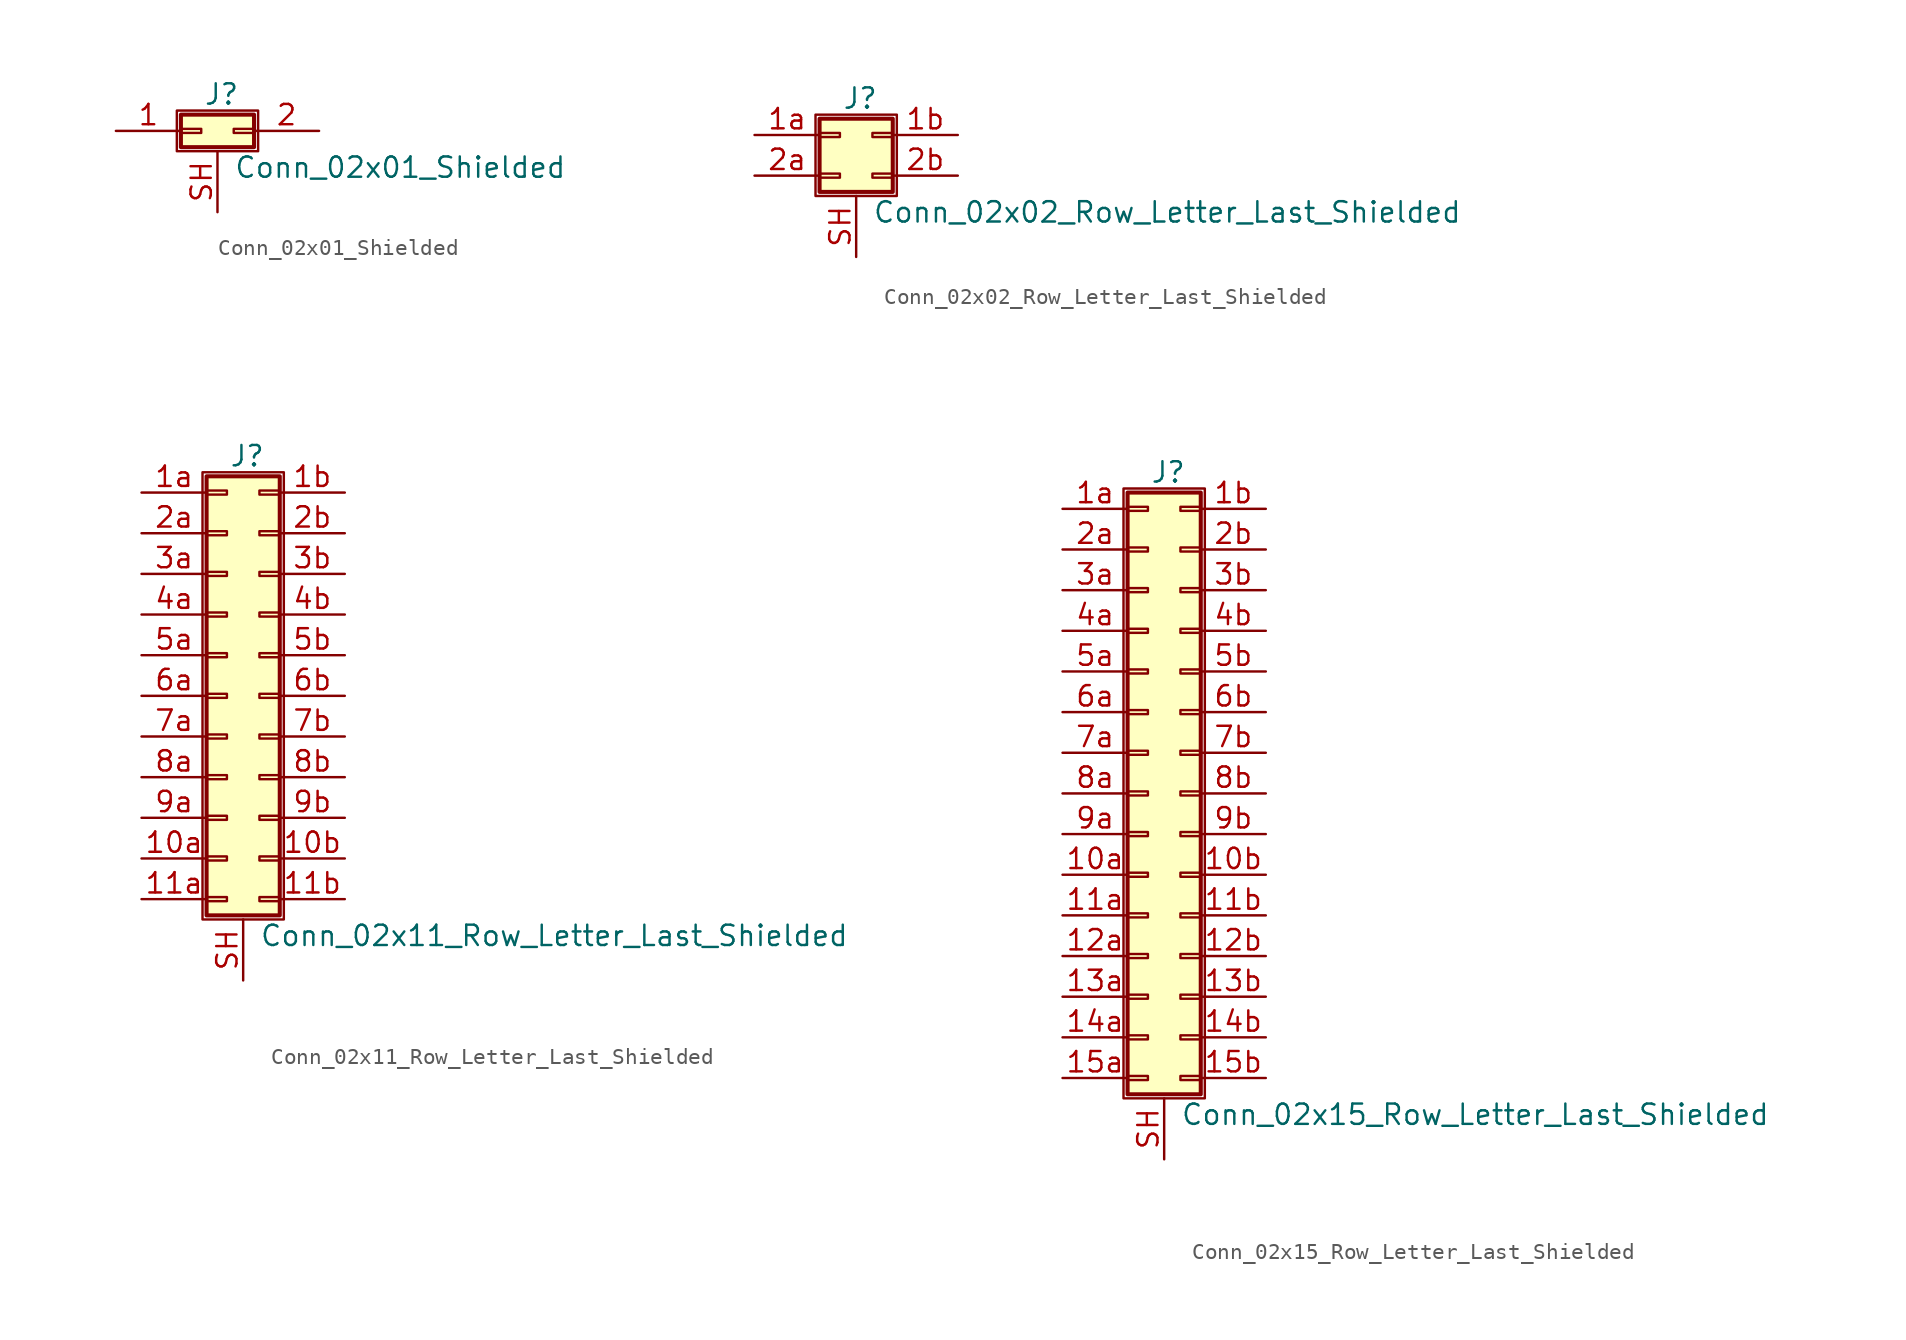
<source format=kicad_sym>
(kicad_symbol_lib
  (version 20220914)
  (generator kicad_symbol_editor)
  (symbol "Conn_02x01_Shielded"
    (pin_names
      (offset 1.016) hide)
    (property "Reference" "J"
      (at 1.524 2.286 0)
      (effects (font (size 1.27 1.27))))
    (property "Value" "Conn_02x01_Shielded"
      (at 2.286 -2.286 0)
      (effects (font (size 1.27 1.27)) (justify left)))
    (symbol "Conn_02x01_Shielded_1_1"
      (rectangle (start -1.27 1.27) (end 3.81 -1.27) (stroke (width 0.152) (type default)) (fill (type none)))
      (rectangle (start -1.016 0.127) (end 0.254 -0.127) (stroke (width 0.152) (type default)) (fill (type none)))
      (rectangle (start -1.016 1.016) (end 3.556 -1.016) (stroke (width 0.254) (type default)) (fill (type background)))
      (rectangle (start 3.556 0.127) (end 2.286 -0.127) (stroke (width 0.152) (type default)) (fill (type none)))
      (pin passive line (at -5.08 0 0) (length 4.064) (name "Pin_1" (effects (font (size 1.27 1.27)))) (number "1" (effects (font (size 1.27 1.27)))))
      (pin passive line (at 7.62 0 180) (length 4.064) (name "Pin_2" (effects (font (size 1.27 1.27)))) (number "2" (effects (font (size 1.27 1.27)))))
      (pin passive line (at 1.27 -5.08 90) (length 3.81) (name "Shield" (effects (font (size 1.27 1.27)))) (number "SH" (effects (font (size 1.27 1.27)))))))
  (symbol "Conn_02x02_Row_Letter_Last_Shielded"
    (pin_names
      (offset 1.016) hide)
    (property "Reference" "J"
      (at 1.524 2.286 0)
      (effects (font (size 1.27 1.27))))
    (property "Value" "Conn_02x02_Row_Letter_Last_Shielded"
      (at 2.286 -4.826 0)
      (effects (font (size 1.27 1.27)) (justify left)))
    (symbol "Conn_02x02_Row_Letter_Last_Shielded_1_1"
      (rectangle (start -1.27 1.27) (end 3.81 -3.81) (stroke (width 0.152) (type default)) (fill (type none)))
      (rectangle (start -1.016 -2.413) (end 0.254 -2.667) (stroke (width 0.152) (type default)) (fill (type none)))
      (rectangle (start -1.016 0.127) (end 0.254 -0.127) (stroke (width 0.152) (type default)) (fill (type none)))
      (rectangle (start -1.016 1.016) (end 3.556 -3.556) (stroke (width 0.254) (type default)) (fill (type background)))
      (rectangle (start 3.556 -2.413) (end 2.286 -2.667) (stroke (width 0.152) (type default)) (fill (type none)))
      (rectangle (start 3.556 0.127) (end 2.286 -0.127) (stroke (width 0.152) (type default)) (fill (type none)))
      (pin passive line (at -5.08 0 0) (length 4.064) (name "Pin_1a" (effects (font (size 1.27 1.27)))) (number "1a" (effects (font (size 1.27 1.27)))))
      (pin passive line (at 7.62 0 180) (length 4.064) (name "Pin_1b" (effects (font (size 1.27 1.27)))) (number "1b" (effects (font (size 1.27 1.27)))))
      (pin passive line (at -5.08 -2.54 0) (length 4.064) (name "Pin_2a" (effects (font (size 1.27 1.27)))) (number "2a" (effects (font (size 1.27 1.27)))))
      (pin passive line (at 7.62 -2.54 180) (length 4.064) (name "Pin_2b" (effects (font (size 1.27 1.27)))) (number "2b" (effects (font (size 1.27 1.27)))))
      (pin passive line (at 1.27 -7.62 90) (length 3.81) (name "Shield" (effects (font (size 1.27 1.27)))) (number "SH" (effects (font (size 1.27 1.27)))))))
  (symbol "Conn_02x11_Row_Letter_Last_Shielded"
    (pin_names
      (offset 1.016) hide)
    (property "Reference" "J"
      (at 1.524 14.986 0)
      (effects (font (size 1.27 1.27))))
    (property "Value" "Conn_02x11_Row_Letter_Last_Shielded"
      (at 2.286 -14.986 0)
      (effects (font (size 1.27 1.27)) (justify left)))
    (symbol "Conn_02x11_Row_Letter_Last_Shielded_1_1"
      (rectangle (start -1.27 13.97) (end 3.81 -13.97) (stroke (width 0.152) (type default)) (fill (type none)))
      (rectangle (start -1.016 -12.573) (end 0.254 -12.827) (stroke (width 0.152) (type default)) (fill (type none)))
      (rectangle (start -1.016 -10.033) (end 0.254 -10.287) (stroke (width 0.152) (type default)) (fill (type none)))
      (rectangle (start -1.016 -7.493) (end 0.254 -7.747) (stroke (width 0.152) (type default)) (fill (type none)))
      (rectangle (start -1.016 -4.953) (end 0.254 -5.207) (stroke (width 0.152) (type default)) (fill (type none)))
      (rectangle (start -1.016 -2.413) (end 0.254 -2.667) (stroke (width 0.152) (type default)) (fill (type none)))
      (rectangle (start -1.016 0.127) (end 0.254 -0.127) (stroke (width 0.152) (type default)) (fill (type none)))
      (rectangle (start -1.016 2.667) (end 0.254 2.413) (stroke (width 0.152) (type default)) (fill (type none)))
      (rectangle (start -1.016 5.207) (end 0.254 4.953) (stroke (width 0.152) (type default)) (fill (type none)))
      (rectangle (start -1.016 7.747) (end 0.254 7.493) (stroke (width 0.152) (type default)) (fill (type none)))
      (rectangle (start -1.016 10.287) (end 0.254 10.033) (stroke (width 0.152) (type default)) (fill (type none)))
      (rectangle (start -1.016 12.827) (end 0.254 12.573) (stroke (width 0.152) (type default)) (fill (type none)))
      (rectangle (start -1.016 13.716) (end 3.556 -13.716) (stroke (width 0.254) (type default)) (fill (type background)))
      (rectangle (start 3.556 -12.573) (end 2.286 -12.827) (stroke (width 0.152) (type default)) (fill (type none)))
      (rectangle (start 3.556 -10.033) (end 2.286 -10.287) (stroke (width 0.152) (type default)) (fill (type none)))
      (rectangle (start 3.556 -7.493) (end 2.286 -7.747) (stroke (width 0.152) (type default)) (fill (type none)))
      (rectangle (start 3.556 -4.953) (end 2.286 -5.207) (stroke (width 0.152) (type default)) (fill (type none)))
      (rectangle (start 3.556 -2.413) (end 2.286 -2.667) (stroke (width 0.152) (type default)) (fill (type none)))
      (rectangle (start 3.556 0.127) (end 2.286 -0.127) (stroke (width 0.152) (type default)) (fill (type none)))
      (rectangle (start 3.556 2.667) (end 2.286 2.413) (stroke (width 0.152) (type default)) (fill (type none)))
      (rectangle (start 3.556 5.207) (end 2.286 4.953) (stroke (width 0.152) (type default)) (fill (type none)))
      (rectangle (start 3.556 7.747) (end 2.286 7.493) (stroke (width 0.152) (type default)) (fill (type none)))
      (rectangle (start 3.556 10.287) (end 2.286 10.033) (stroke (width 0.152) (type default)) (fill (type none)))
      (rectangle (start 3.556 12.827) (end 2.286 12.573) (stroke (width 0.152) (type default)) (fill (type none)))
      (pin passive line (at -5.08 -10.16 0) (length 4.064) (name "Pin_10a" (effects (font (size 1.27 1.27)))) (number "10a" (effects (font (size 1.27 1.27)))))
      (pin passive line (at 7.62 -10.16 180) (length 4.064) (name "Pin_10b" (effects (font (size 1.27 1.27)))) (number "10b" (effects (font (size 1.27 1.27)))))
      (pin passive line (at -5.08 -12.7 0) (length 4.064) (name "Pin_11a" (effects (font (size 1.27 1.27)))) (number "11a" (effects (font (size 1.27 1.27)))))
      (pin passive line (at 7.62 -12.7 180) (length 4.064) (name "Pin_11b" (effects (font (size 1.27 1.27)))) (number "11b" (effects (font (size 1.27 1.27)))))
      (pin passive line (at -5.08 12.7 0) (length 4.064) (name "Pin_1a" (effects (font (size 1.27 1.27)))) (number "1a" (effects (font (size 1.27 1.27)))))
      (pin passive line (at 7.62 12.7 180) (length 4.064) (name "Pin_1b" (effects (font (size 1.27 1.27)))) (number "1b" (effects (font (size 1.27 1.27)))))
      (pin passive line (at -5.08 10.16 0) (length 4.064) (name "Pin_2a" (effects (font (size 1.27 1.27)))) (number "2a" (effects (font (size 1.27 1.27)))))
      (pin passive line (at 7.62 10.16 180) (length 4.064) (name "Pin_2b" (effects (font (size 1.27 1.27)))) (number "2b" (effects (font (size 1.27 1.27)))))
      (pin passive line (at -5.08 7.62 0) (length 4.064) (name "Pin_3a" (effects (font (size 1.27 1.27)))) (number "3a" (effects (font (size 1.27 1.27)))))
      (pin passive line (at 7.62 7.62 180) (length 4.064) (name "Pin_3b" (effects (font (size 1.27 1.27)))) (number "3b" (effects (font (size 1.27 1.27)))))
      (pin passive line (at -5.08 5.08 0) (length 4.064) (name "Pin_4a" (effects (font (size 1.27 1.27)))) (number "4a" (effects (font (size 1.27 1.27)))))
      (pin passive line (at 7.62 5.08 180) (length 4.064) (name "Pin_4b" (effects (font (size 1.27 1.27)))) (number "4b" (effects (font (size 1.27 1.27)))))
      (pin passive line (at -5.08 2.54 0) (length 4.064) (name "Pin_5a" (effects (font (size 1.27 1.27)))) (number "5a" (effects (font (size 1.27 1.27)))))
      (pin passive line (at 7.62 2.54 180) (length 4.064) (name "Pin_5b" (effects (font (size 1.27 1.27)))) (number "5b" (effects (font (size 1.27 1.27)))))
      (pin passive line (at -5.08 0 0) (length 4.064) (name "Pin_6a" (effects (font (size 1.27 1.27)))) (number "6a" (effects (font (size 1.27 1.27)))))
      (pin passive line (at 7.62 0 180) (length 4.064) (name "Pin_6b" (effects (font (size 1.27 1.27)))) (number "6b" (effects (font (size 1.27 1.27)))))
      (pin passive line (at -5.08 -2.54 0) (length 4.064) (name "Pin_7a" (effects (font (size 1.27 1.27)))) (number "7a" (effects (font (size 1.27 1.27)))))
      (pin passive line (at 7.62 -2.54 180) (length 4.064) (name "Pin_7b" (effects (font (size 1.27 1.27)))) (number "7b" (effects (font (size 1.27 1.27)))))
      (pin passive line (at -5.08 -5.08 0) (length 4.064) (name "Pin_8a" (effects (font (size 1.27 1.27)))) (number "8a" (effects (font (size 1.27 1.27)))))
      (pin passive line (at 7.62 -5.08 180) (length 4.064) (name "Pin_8b" (effects (font (size 1.27 1.27)))) (number "8b" (effects (font (size 1.27 1.27)))))
      (pin passive line (at -5.08 -7.62 0) (length 4.064) (name "Pin_9a" (effects (font (size 1.27 1.27)))) (number "9a" (effects (font (size 1.27 1.27)))))
      (pin passive line (at 7.62 -7.62 180) (length 4.064) (name "Pin_9b" (effects (font (size 1.27 1.27)))) (number "9b" (effects (font (size 1.27 1.27)))))
      (pin passive line (at 1.27 -17.78 90) (length 3.81) (name "Shield" (effects (font (size 1.27 1.27)))) (number "SH" (effects (font (size 1.27 1.27)))))))
  (symbol "Conn_02x15_Row_Letter_Last_Shielded"
    (pin_names
      (offset 1.016) hide)
    (property "Reference" "J"
      (at 1.524 20.066 0)
      (effects (font (size 1.27 1.27))))
    (property "Value" "Conn_02x15_Row_Letter_Last_Shielded"
      (at 2.286 -20.066 0)
      (effects (font (size 1.27 1.27)) (justify left)))
    (symbol "Conn_02x15_Row_Letter_Last_Shielded_1_1"
      (rectangle (start -1.27 19.05) (end 3.81 -19.05) (stroke (width 0.152) (type default)) (fill (type none)))
      (rectangle (start -1.016 -17.653) (end 0.254 -17.907) (stroke (width 0.152) (type default)) (fill (type none)))
      (rectangle (start -1.016 -15.113) (end 0.254 -15.367) (stroke (width 0.152) (type default)) (fill (type none)))
      (rectangle (start -1.016 -12.573) (end 0.254 -12.827) (stroke (width 0.152) (type default)) (fill (type none)))
      (rectangle (start -1.016 -10.033) (end 0.254 -10.287) (stroke (width 0.152) (type default)) (fill (type none)))
      (rectangle (start -1.016 -7.493) (end 0.254 -7.747) (stroke (width 0.152) (type default)) (fill (type none)))
      (rectangle (start -1.016 -4.953) (end 0.254 -5.207) (stroke (width 0.152) (type default)) (fill (type none)))
      (rectangle (start -1.016 -2.413) (end 0.254 -2.667) (stroke (width 0.152) (type default)) (fill (type none)))
      (rectangle (start -1.016 0.127) (end 0.254 -0.127) (stroke (width 0.152) (type default)) (fill (type none)))
      (rectangle (start -1.016 2.667) (end 0.254 2.413) (stroke (width 0.152) (type default)) (fill (type none)))
      (rectangle (start -1.016 5.207) (end 0.254 4.953) (stroke (width 0.152) (type default)) (fill (type none)))
      (rectangle (start -1.016 7.747) (end 0.254 7.493) (stroke (width 0.152) (type default)) (fill (type none)))
      (rectangle (start -1.016 10.287) (end 0.254 10.033) (stroke (width 0.152) (type default)) (fill (type none)))
      (rectangle (start -1.016 12.827) (end 0.254 12.573) (stroke (width 0.152) (type default)) (fill (type none)))
      (rectangle (start -1.016 15.367) (end 0.254 15.113) (stroke (width 0.152) (type default)) (fill (type none)))
      (rectangle (start -1.016 17.907) (end 0.254 17.653) (stroke (width 0.152) (type default)) (fill (type none)))
      (rectangle (start -1.016 18.796) (end 3.556 -18.796) (stroke (width 0.254) (type default)) (fill (type background)))
      (rectangle (start 3.556 -17.653) (end 2.286 -17.907) (stroke (width 0.152) (type default)) (fill (type none)))
      (rectangle (start 3.556 -15.113) (end 2.286 -15.367) (stroke (width 0.152) (type default)) (fill (type none)))
      (rectangle (start 3.556 -12.573) (end 2.286 -12.827) (stroke (width 0.152) (type default)) (fill (type none)))
      (rectangle (start 3.556 -10.033) (end 2.286 -10.287) (stroke (width 0.152) (type default)) (fill (type none)))
      (rectangle (start 3.556 -7.493) (end 2.286 -7.747) (stroke (width 0.152) (type default)) (fill (type none)))
      (rectangle (start 3.556 -4.953) (end 2.286 -5.207) (stroke (width 0.152) (type default)) (fill (type none)))
      (rectangle (start 3.556 -2.413) (end 2.286 -2.667) (stroke (width 0.152) (type default)) (fill (type none)))
      (rectangle (start 3.556 0.127) (end 2.286 -0.127) (stroke (width 0.152) (type default)) (fill (type none)))
      (rectangle (start 3.556 2.667) (end 2.286 2.413) (stroke (width 0.152) (type default)) (fill (type none)))
      (rectangle (start 3.556 5.207) (end 2.286 4.953) (stroke (width 0.152) (type default)) (fill (type none)))
      (rectangle (start 3.556 7.747) (end 2.286 7.493) (stroke (width 0.152) (type default)) (fill (type none)))
      (rectangle (start 3.556 10.287) (end 2.286 10.033) (stroke (width 0.152) (type default)) (fill (type none)))
      (rectangle (start 3.556 12.827) (end 2.286 12.573) (stroke (width 0.152) (type default)) (fill (type none)))
      (rectangle (start 3.556 15.367) (end 2.286 15.113) (stroke (width 0.152) (type default)) (fill (type none)))
      (rectangle (start 3.556 17.907) (end 2.286 17.653) (stroke (width 0.152) (type default)) (fill (type none)))
      (pin passive line (at -5.08 -5.08 0) (length 4.064) (name "Pin_10a" (effects (font (size 1.27 1.27)))) (number "10a" (effects (font (size 1.27 1.27)))))
      (pin passive line (at 7.62 -5.08 180) (length 4.064) (name "Pin_10b" (effects (font (size 1.27 1.27)))) (number "10b" (effects (font (size 1.27 1.27)))))
      (pin passive line (at -5.08 -7.62 0) (length 4.064) (name "Pin_11a" (effects (font (size 1.27 1.27)))) (number "11a" (effects (font (size 1.27 1.27)))))
      (pin passive line (at 7.62 -7.62 180) (length 4.064) (name "Pin_11b" (effects (font (size 1.27 1.27)))) (number "11b" (effects (font (size 1.27 1.27)))))
      (pin passive line (at -5.08 -10.16 0) (length 4.064) (name "Pin_12a" (effects (font (size 1.27 1.27)))) (number "12a" (effects (font (size 1.27 1.27)))))
      (pin passive line (at 7.62 -10.16 180) (length 4.064) (name "Pin_12b" (effects (font (size 1.27 1.27)))) (number "12b" (effects (font (size 1.27 1.27)))))
      (pin passive line (at -5.08 -12.7 0) (length 4.064) (name "Pin_13a" (effects (font (size 1.27 1.27)))) (number "13a" (effects (font (size 1.27 1.27)))))
      (pin passive line (at 7.62 -12.7 180) (length 4.064) (name "Pin_13b" (effects (font (size 1.27 1.27)))) (number "13b" (effects (font (size 1.27 1.27)))))
      (pin passive line (at -5.08 -15.24 0) (length 4.064) (name "Pin_14a" (effects (font (size 1.27 1.27)))) (number "14a" (effects (font (size 1.27 1.27)))))
      (pin passive line (at 7.62 -15.24 180) (length 4.064) (name "Pin_14b" (effects (font (size 1.27 1.27)))) (number "14b" (effects (font (size 1.27 1.27)))))
      (pin passive line (at -5.08 -17.78 0) (length 4.064) (name "Pin_15a" (effects (font (size 1.27 1.27)))) (number "15a" (effects (font (size 1.27 1.27)))))
      (pin passive line (at 7.62 -17.78 180) (length 4.064) (name "Pin_15b" (effects (font (size 1.27 1.27)))) (number "15b" (effects (font (size 1.27 1.27)))))
      (pin passive line (at -5.08 17.78 0) (length 4.064) (name "Pin_1a" (effects (font (size 1.27 1.27)))) (number "1a" (effects (font (size 1.27 1.27)))))
      (pin passive line (at 7.62 17.78 180) (length 4.064) (name "Pin_1b" (effects (font (size 1.27 1.27)))) (number "1b" (effects (font (size 1.27 1.27)))))
      (pin passive line (at -5.08 15.24 0) (length 4.064) (name "Pin_2a" (effects (font (size 1.27 1.27)))) (number "2a" (effects (font (size 1.27 1.27)))))
      (pin passive line (at 7.62 15.24 180) (length 4.064) (name "Pin_2b" (effects (font (size 1.27 1.27)))) (number "2b" (effects (font (size 1.27 1.27)))))
      (pin passive line (at -5.08 12.7 0) (length 4.064) (name "Pin_3a" (effects (font (size 1.27 1.27)))) (number "3a" (effects (font (size 1.27 1.27)))))
      (pin passive line (at 7.62 12.7 180) (length 4.064) (name "Pin_3b" (effects (font (size 1.27 1.27)))) (number "3b" (effects (font (size 1.27 1.27)))))
      (pin passive line (at -5.08 10.16 0) (length 4.064) (name "Pin_4a" (effects (font (size 1.27 1.27)))) (number "4a" (effects (font (size 1.27 1.27)))))
      (pin passive line (at 7.62 10.16 180) (length 4.064) (name "Pin_4b" (effects (font (size 1.27 1.27)))) (number "4b" (effects (font (size 1.27 1.27)))))
      (pin passive line (at -5.08 7.62 0) (length 4.064) (name "Pin_5a" (effects (font (size 1.27 1.27)))) (number "5a" (effects (font (size 1.27 1.27)))))
      (pin passive line (at 7.62 7.62 180) (length 4.064) (name "Pin_5b" (effects (font (size 1.27 1.27)))) (number "5b" (effects (font (size 1.27 1.27)))))
      (pin passive line (at -5.08 5.08 0) (length 4.064) (name "Pin_6a" (effects (font (size 1.27 1.27)))) (number "6a" (effects (font (size 1.27 1.27)))))
      (pin passive line (at 7.62 5.08 180) (length 4.064) (name "Pin_6b" (effects (font (size 1.27 1.27)))) (number "6b" (effects (font (size 1.27 1.27)))))
      (pin passive line (at -5.08 2.54 0) (length 4.064) (name "Pin_7a" (effects (font (size 1.27 1.27)))) (number "7a" (effects (font (size 1.27 1.27)))))
      (pin passive line (at 7.62 2.54 180) (length 4.064) (name "Pin_7b" (effects (font (size 1.27 1.27)))) (number "7b" (effects (font (size 1.27 1.27)))))
      (pin passive line (at -5.08 0 0) (length 4.064) (name "Pin_8a" (effects (font (size 1.27 1.27)))) (number "8a" (effects (font (size 1.27 1.27)))))
      (pin passive line (at 7.62 0 180) (length 4.064) (name "Pin_8b" (effects (font (size 1.27 1.27)))) (number "8b" (effects (font (size 1.27 1.27)))))
      (pin passive line (at -5.08 -2.54 0) (length 4.064) (name "Pin_9a" (effects (font (size 1.27 1.27)))) (number "9a" (effects (font (size 1.27 1.27)))))
      (pin passive line (at 7.62 -2.54 180) (length 4.064) (name "Pin_9b" (effects (font (size 1.27 1.27)))) (number "9b" (effects (font (size 1.27 1.27)))))
      (pin passive line (at 1.27 -22.86 90) (length 3.81) (name "Shield" (effects (font (size 1.27 1.27)))) (number "SH" (effects (font (size 1.27 1.27))))))))
</source>
